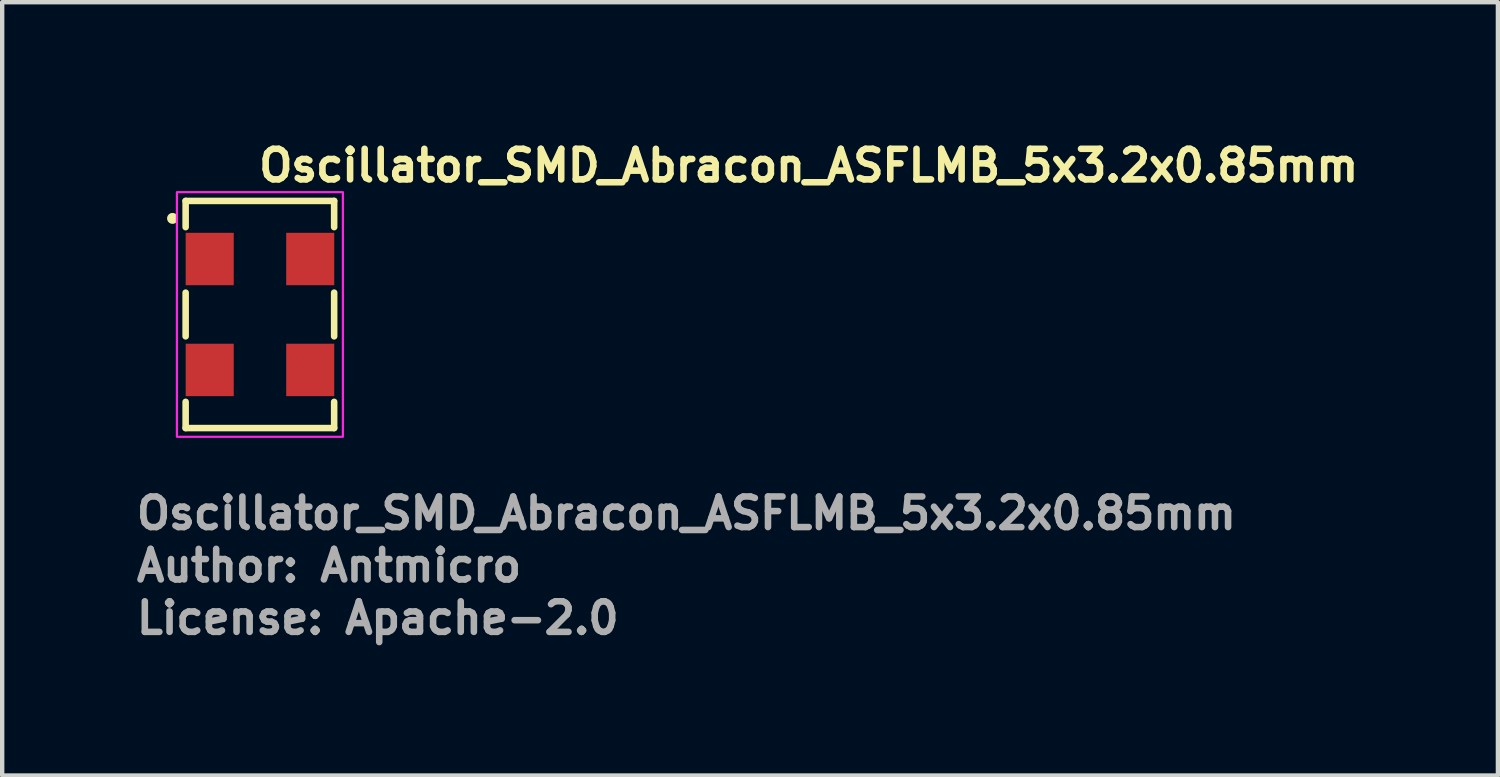
<source format=kicad_pcb>
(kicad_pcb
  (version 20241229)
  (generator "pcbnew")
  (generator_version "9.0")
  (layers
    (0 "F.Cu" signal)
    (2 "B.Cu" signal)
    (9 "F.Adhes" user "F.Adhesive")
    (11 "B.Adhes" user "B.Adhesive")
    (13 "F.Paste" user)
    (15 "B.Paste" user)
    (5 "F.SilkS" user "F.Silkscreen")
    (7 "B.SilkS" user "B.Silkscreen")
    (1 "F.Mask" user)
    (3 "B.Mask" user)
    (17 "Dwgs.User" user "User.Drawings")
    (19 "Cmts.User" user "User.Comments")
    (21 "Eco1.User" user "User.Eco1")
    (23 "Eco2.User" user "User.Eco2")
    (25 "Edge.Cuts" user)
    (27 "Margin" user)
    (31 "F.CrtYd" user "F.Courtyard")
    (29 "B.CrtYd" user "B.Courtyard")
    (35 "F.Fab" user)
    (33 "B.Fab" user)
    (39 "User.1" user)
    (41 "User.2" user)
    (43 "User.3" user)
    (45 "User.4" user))
  (footprint "Oscillator_SMD_Abracon_ASFLMB_5x3.2x0.85mm"
    (layer "F.Cu")
    (at 2.8 4.05)
    (property "Reference" "Oscillator_SMD_Abracon_ASFLMB_5x3.2x0.85mm" (at 0 -2.9 0) (layer "F.SilkS") (effects (font (size 0.7 0.7) (thickness 0.15)) (justify left bottom)))
    (attr smd)
    (fp_line (start -1.6 -2.5) (end -1.6 -1.9) (stroke (width 0.15) (type solid)) (layer "F.SilkS"))
    (fp_line (start -1.6 -0.4) (end -1.6 0.6) (stroke (width 0.15) (type solid)) (layer "F.SilkS"))
    (fp_line (start -1.6 2.1) (end -1.6 2.7) (stroke (width 0.15) (type solid)) (layer "F.SilkS"))
    (fp_line (start -1.6 2.7) (end 1.8 2.7) (stroke (width 0.15) (type solid)) (layer "F.SilkS"))
    (fp_line (start 1.8 -2.5) (end -1.6 -2.5) (stroke (width 0.15) (type solid)) (layer "F.SilkS"))
    (fp_line (start 1.8 -1.9) (end 1.8 -2.5) (stroke (width 0.15) (type solid)) (layer "F.SilkS"))
    (fp_line (start 1.8 0.6) (end 1.8 -0.4) (stroke (width 0.15) (type solid)) (layer "F.SilkS"))
    (fp_line (start 1.8 2.7) (end 1.8 2.1) (stroke (width 0.15) (type solid)) (layer "F.SilkS"))
    (fp_circle (center -1.9 -2.1) (end -1.9 -2.05) (stroke (width 0.15) (type solid)) (fill yes) (layer "F.SilkS"))
    (fp_rect (start 2 -2.7) (end -1.8 2.9) (stroke (width 0.05) (type solid)) (fill no) (layer "F.CrtYd"))
    (fp_rect (start 1.701 -2.4) (end -1.499 2.599) (stroke (width 0.1) (type solid)) (fill no) (layer "User.5"))
    (fp_line (start -1.499 -2.4) (end 1.701 -2.4) (stroke (width 0.02) (type solid)) (layer "User.9"))
    (fp_line (start -1.499 2.599) (end -1.499 -2.4) (stroke (width 0.02) (type solid)) (layer "User.9"))
    (fp_line (start -1.499 2.599) (end 1.701 2.599) (stroke (width 0.02) (type solid)) (layer "User.9"))
    (fp_line (start -0.309 -0.861) (end -0.308 -0.871) (stroke (width 0.02) (type solid)) (layer "User.9"))
    (fp_line (start -0.309 -0.85) (end -0.309 -0.861) (stroke (width 0.02) (type solid)) (layer "User.9"))
    (fp_line (start -0.309 -0.839) (end -0.309 -0.85) (stroke (width 0.02) (type solid)) (layer "User.9"))
    (fp_line (start -0.308 -0.871) (end -0.307 -0.881) (stroke (width 0.02) (type solid)) (layer "User.9"))
    (fp_line (start -0.308 -0.828) (end -0.309 -0.839) (stroke (width 0.02) (type solid)) (layer "User.9"))
    (fp_line (start -0.307 -0.881) (end -0.306 -0.89) (stroke (width 0.02) (type solid)) (layer "User.9"))
    (fp_line (start -0.307 -0.818) (end -0.308 -0.828) (stroke (width 0.02) (type solid)) (layer "User.9"))
    (fp_line (start -0.306 -0.89) (end -0.304 -0.9) (stroke (width 0.02) (type solid)) (layer "User.9"))
    (fp_line (start -0.306 -0.808) (end -0.307 -0.818) (stroke (width 0.02) (type solid)) (layer "User.9"))
    (fp_line (start -0.304 -0.9) (end -0.302 -0.909) (stroke (width 0.02) (type solid)) (layer "User.9"))
    (fp_line (start -0.304 -0.797) (end -0.306 -0.808) (stroke (width 0.02) (type solid)) (layer "User.9"))
    (fp_line (start -0.302 -0.909) (end -0.299 -0.919) (stroke (width 0.02) (type solid)) (layer "User.9"))
    (fp_line (start -0.301 -0.786) (end -0.304 -0.797) (stroke (width 0.02) (type solid)) (layer "User.9"))
    (fp_line (start -0.299 -0.919) (end -0.296 -0.929) (stroke (width 0.02) (type solid)) (layer "User.9"))
    (fp_line (start -0.298 -0.775) (end -0.301 -0.786) (stroke (width 0.02) (type solid)) (layer "User.9"))
    (fp_line (start -0.296 -0.929) (end -0.293 -0.937) (stroke (width 0.02) (type solid)) (layer "User.9"))
    (fp_line (start -0.294 -0.765) (end -0.298 -0.775) (stroke (width 0.02) (type solid)) (layer "User.9"))
    (fp_line (start -0.293 -0.937) (end -0.289 -0.946) (stroke (width 0.02) (type solid)) (layer "User.9"))
    (fp_line (start -0.29 -0.755) (end -0.294 -0.765) (stroke (width 0.02) (type solid)) (layer "User.9"))
    (fp_line (start -0.289 -1.905) (end 0.506 -1.529) (stroke (width 0.02) (type solid)) (layer "User.9"))
    (fp_line (start -0.289 -1.829) (end -0.289 -1.905) (stroke (width 0.02) (type solid)) (layer "User.9"))
    (fp_line (start -0.289 -1.23) (end -0.033 -1.347) (stroke (width 0.02) (type solid)) (layer "User.9"))
    (fp_line (start -0.289 -1.152) (end -0.289 -1.23) (stroke (width 0.02) (type solid)) (layer "User.9"))
    (fp_line (start -0.289 -0.946) (end -0.285 -0.956) (stroke (width 0.02) (type solid)) (layer "User.9"))
    (fp_line (start -0.289 -0.461) (end 0.506 -0.461) (stroke (width 0.02) (type solid)) (layer "User.9"))
    (fp_line (start -0.289 -0.389) (end -0.289 -0.461) (stroke (width 0.02) (type solid)) (layer "User.9"))
    (fp_line (start -0.289 0.069) (end 0.506 0.069) (stroke (width 0.02) (type solid)) (layer "User.9"))
    (fp_line (start -0.289 0.444) (end -0.289 0.069) (stroke (width 0.02) (type solid)) (layer "User.9"))
    (fp_line (start -0.289 0.537) (end 0.506 0.642) (stroke (width 0.02) (type solid)) (layer "User.9"))
    (fp_line (start -0.289 0.609) (end -0.289 0.537) (stroke (width 0.02) (type solid)) (layer "User.9"))
    (fp_line (start -0.289 0.971) (end 0.284 0.684) (stroke (width 0.02) (type solid)) (layer "User.9"))
    (fp_line (start -0.289 0.987) (end -0.289 0.971) (stroke (width 0.02) (type solid)) (layer "User.9"))
    (fp_line (start -0.289 1.35) (end 0.284 1.274) (stroke (width 0.02) (type solid)) (layer "User.9"))
    (fp_line (start -0.289 1.422) (end -0.289 1.35) (stroke (width 0.02) (type solid)) (layer "User.9"))
    (fp_line (start -0.289 1.584) (end 0.506 1.584) (stroke (width 0.02) (type solid)) (layer "User.9"))
    (fp_line (start -0.289 1.8) (end -0.289 1.584) (stroke (width 0.02) (type solid)) (layer "User.9"))
    (fp_line (start -0.288 1.812) (end -0.289 1.8) (stroke (width 0.02) (type solid)) (layer "User.9"))
    (fp_line (start -0.288 1.825) (end -0.288 1.812) (stroke (width 0.02) (type solid)) (layer "User.9"))
    (fp_line (start -0.287 1.837) (end -0.288 1.825) (stroke (width 0.02) (type solid)) (layer "User.9"))
    (fp_line (start -0.285 -0.956) (end -0.279 -0.963) (stroke (width 0.02) (type solid)) (layer "User.9"))
    (fp_line (start -0.285 -0.746) (end -0.29 -0.755) (stroke (width 0.02) (type solid)) (layer "User.9"))
    (fp_line (start -0.285 1.849) (end -0.287 1.837) (stroke (width 0.02) (type solid)) (layer "User.9"))
    (fp_line (start -0.283 1.861) (end -0.285 1.849) (stroke (width 0.02) (type solid)) (layer "User.9"))
    (fp_line (start -0.281 1.874) (end -0.283 1.861) (stroke (width 0.02) (type solid)) (layer "User.9"))
    (fp_line (start -0.279 -0.963) (end -0.274 -0.972) (stroke (width 0.02) (type solid)) (layer "User.9"))
    (fp_line (start -0.279 -0.737) (end -0.285 -0.746) (stroke (width 0.02) (type solid)) (layer "User.9"))
    (fp_line (start -0.276 1.886) (end -0.281 1.874) (stroke (width 0.02) (type solid)) (layer "User.9"))
    (fp_line (start -0.274 -0.972) (end -0.269 -0.981) (stroke (width 0.02) (type solid)) (layer "User.9"))
    (fp_line (start -0.273 -0.727) (end -0.279 -0.737) (stroke (width 0.02) (type solid)) (layer "User.9"))
    (fp_line (start -0.273 1.898) (end -0.276 1.886) (stroke (width 0.02) (type solid)) (layer "User.9"))
    (fp_line (start -0.269 -0.981) (end -0.263 -0.989) (stroke (width 0.02) (type solid)) (layer "User.9"))
    (fp_line (start -0.269 1.91) (end -0.273 1.898) (stroke (width 0.02) (type solid)) (layer "User.9"))
    (fp_line (start -0.267 -0.717) (end -0.273 -0.727) (stroke (width 0.02) (type solid)) (layer "User.9"))
    (fp_line (start -0.264 1.922) (end -0.269 1.91) (stroke (width 0.02) (type solid)) (layer "User.9"))
    (fp_line (start -0.263 -0.989) (end -0.257 -0.997) (stroke (width 0.02) (type solid)) (layer "User.9"))
    (fp_line (start -0.261 -0.709) (end -0.267 -0.717) (stroke (width 0.02) (type solid)) (layer "User.9"))
    (fp_line (start -0.258 1.933) (end -0.264 1.922) (stroke (width 0.02) (type solid)) (layer "User.9"))
    (fp_line (start -0.257 -0.997) (end -0.257 -0.997) (stroke (width 0.02) (type solid)) (layer "User.9"))
    (fp_line (start -0.257 -0.997) (end -0.251 -1.004) (stroke (width 0.02) (type solid)) (layer "User.9"))
    (fp_line (start -0.254 -0.7) (end -0.261 -0.709) (stroke (width 0.02) (type solid)) (layer "User.9"))
    (fp_line (start -0.252 1.943) (end -0.258 1.933) (stroke (width 0.02) (type solid)) (layer "User.9"))
    (fp_line (start -0.251 -1.004) (end -0.244 -1.012) (stroke (width 0.02) (type solid)) (layer "User.9"))
    (fp_line (start -0.247 -0.692) (end -0.254 -0.7) (stroke (width 0.02) (type solid)) (layer "User.9"))
    (fp_line (start -0.246 1.954) (end -0.252 1.943) (stroke (width 0.02) (type solid)) (layer "User.9"))
    (fp_line (start -0.244 -1.012) (end -0.237 -1.019) (stroke (width 0.02) (type solid)) (layer "User.9"))
    (fp_line (start -0.239 -0.685) (end -0.247 -0.692) (stroke (width 0.02) (type solid)) (layer "User.9"))
    (fp_line (start -0.239 1.965) (end -0.246 1.954) (stroke (width 0.02) (type solid)) (layer "User.9"))
    (fp_line (start -0.237 -1.019) (end -0.23 -1.026) (stroke (width 0.02) (type solid)) (layer "User.9"))
    (fp_line (start -0.231 -0.678) (end -0.239 -0.685) (stroke (width 0.02) (type solid)) (layer "User.9"))
    (fp_line (start -0.231 1.974) (end -0.239 1.965) (stroke (width 0.02) (type solid)) (layer "User.9"))
    (fp_line (start -0.23 -1.026) (end -0.223 -1.031) (stroke (width 0.02) (type solid)) (layer "User.9"))
    (fp_line (start -0.226 -0.866) (end -0.226 -0.858) (stroke (width 0.02) (type solid)) (layer "User.9"))
    (fp_line (start -0.226 -0.858) (end -0.226 -0.85) (stroke (width 0.02) (type solid)) (layer "User.9"))
    (fp_line (start -0.226 -0.85) (end -0.226 -0.842) (stroke (width 0.02) (type solid)) (layer "User.9"))
    (fp_line (start -0.226 -0.842) (end -0.226 -0.834) (stroke (width 0.02) (type solid)) (layer "User.9"))
    (fp_line (start -0.226 -0.834) (end -0.225 -0.827) (stroke (width 0.02) (type solid)) (layer "User.9"))
    (fp_line (start -0.225 -0.873) (end -0.226 -0.866) (stroke (width 0.02) (type solid)) (layer "User.9"))
    (fp_line (start -0.225 -0.827) (end -0.224 -0.819) (stroke (width 0.02) (type solid)) (layer "User.9"))
    (fp_line (start -0.224 -0.819) (end -0.223 -0.813) (stroke (width 0.02) (type solid)) (layer "User.9"))
    (fp_line (start -0.223 -1.031) (end -0.216 -1.038) (stroke (width 0.02) (type solid)) (layer "User.9"))
    (fp_line (start -0.223 -0.88) (end -0.225 -0.873) (stroke (width 0.02) (type solid)) (layer "User.9"))
    (fp_line (start -0.223 -0.813) (end -0.221 -0.805) (stroke (width 0.02) (type solid)) (layer "User.9"))
    (fp_line (start -0.223 -0.671) (end -0.231 -0.678) (stroke (width 0.02) (type solid)) (layer "User.9"))
    (fp_line (start -0.222 -0.886) (end -0.223 -0.88) (stroke (width 0.02) (type solid)) (layer "User.9"))
    (fp_line (start -0.222 1.983) (end -0.231 1.974) (stroke (width 0.02) (type solid)) (layer "User.9"))
    (fp_line (start -0.222 1.983) (end -0.222 1.983) (stroke (width 0.02) (type solid)) (layer "User.9"))
    (fp_line (start -0.221 -0.805) (end -0.219 -0.798) (stroke (width 0.02) (type solid)) (layer "User.9"))
    (fp_line (start -0.22 -0.893) (end -0.222 -0.886) (stroke (width 0.02) (type solid)) (layer "User.9"))
    (fp_line (start -0.219 -0.798) (end -0.216 -0.791) (stroke (width 0.02) (type solid)) (layer "User.9"))
    (fp_line (start -0.218 -0.899) (end -0.22 -0.893) (stroke (width 0.02) (type solid)) (layer "User.9"))
    (fp_line (start -0.216 -1.038) (end -0.209 -1.045) (stroke (width 0.02) (type solid)) (layer "User.9"))
    (fp_line (start -0.216 -0.906) (end -0.218 -0.899) (stroke (width 0.02) (type solid)) (layer "User.9"))
    (fp_line (start -0.216 -0.791) (end -0.215 -0.783) (stroke (width 0.02) (type solid)) (layer "User.9"))
    (fp_line (start -0.215 -0.783) (end -0.212 -0.776) (stroke (width 0.02) (type solid)) (layer "User.9"))
    (fp_line (start -0.215 -0.664) (end -0.223 -0.671) (stroke (width 0.02) (type solid)) (layer "User.9"))
    (fp_line (start -0.215 1.991) (end -0.222 1.983) (stroke (width 0.02) (type solid)) (layer "User.9"))
    (fp_line (start -0.213 -0.912) (end -0.216 -0.906) (stroke (width 0.02) (type solid)) (layer "User.9"))
    (fp_line (start -0.212 -0.776) (end -0.208 -0.77) (stroke (width 0.02) (type solid)) (layer "User.9"))
    (fp_line (start -0.21 -0.92) (end -0.213 -0.912) (stroke (width 0.02) (type solid)) (layer "User.9"))
    (fp_line (start -0.209 -1.045) (end -0.201 -1.051) (stroke (width 0.02) (type solid)) (layer "User.9"))
    (fp_line (start -0.208 -0.77) (end -0.205 -0.763) (stroke (width 0.02) (type solid)) (layer "User.9"))
    (fp_line (start -0.207 0.14) (end -0.207 0.444) (stroke (width 0.02) (type solid)) (layer "User.9"))
    (fp_line (start -0.207 0.444) (end -0.289 0.444) (stroke (width 0.02) (type solid)) (layer "User.9"))
    (fp_line (start -0.207 1.656) (end -0.207 1.757) (stroke (width 0.02) (type solid)) (layer "User.9"))
    (fp_line (start -0.207 1.757) (end -0.206 1.797) (stroke (width 0.02) (type solid)) (layer "User.9"))
    (fp_line (start -0.207 1.999) (end -0.215 1.991) (stroke (width 0.02) (type solid)) (layer "User.9"))
    (fp_line (start -0.206 -0.926) (end -0.21 -0.92) (stroke (width 0.02) (type solid)) (layer "User.9"))
    (fp_line (start -0.206 -0.657) (end -0.215 -0.664) (stroke (width 0.02) (type solid)) (layer "User.9"))
    (fp_line (start -0.206 1.797) (end -0.205 1.816) (stroke (width 0.02) (type solid)) (layer "User.9"))
    (fp_line (start -0.205 -0.763) (end -0.201 -0.756) (stroke (width 0.02) (type solid)) (layer "User.9"))
    (fp_line (start -0.205 1.816) (end -0.204 1.825) (stroke (width 0.02) (type solid)) (layer "User.9"))
    (fp_line (start -0.204 1.825) (end -0.203 1.834) (stroke (width 0.02) (type solid)) (layer "User.9"))
    (fp_line (start -0.203 -0.931) (end -0.206 -0.926) (stroke (width 0.02) (type solid)) (layer "User.9"))
    (fp_line (start -0.203 1.834) (end -0.202 1.845) (stroke (width 0.02) (type solid)) (layer "User.9"))
    (fp_line (start -0.202 1.845) (end -0.2 1.854) (stroke (width 0.02) (type solid)) (layer "User.9"))
    (fp_line (start -0.201 -1.051) (end -0.194 -1.056) (stroke (width 0.02) (type solid)) (layer "User.9"))
    (fp_line (start -0.201 -0.756) (end -0.197 -0.751) (stroke (width 0.02) (type solid)) (layer "User.9"))
    (fp_line (start -0.2 1.854) (end -0.198 1.864) (stroke (width 0.02) (type solid)) (layer "User.9"))
    (fp_line (start -0.198 1.864) (end -0.196 1.873) (stroke (width 0.02) (type solid)) (layer "User.9"))
    (fp_line (start -0.198 2.006) (end -0.207 1.999) (stroke (width 0.02) (type solid)) (layer "User.9"))
    (fp_line (start -0.197 -0.751) (end -0.192 -0.745) (stroke (width 0.02) (type solid)) (layer "User.9"))
    (fp_line (start -0.197 -0.651) (end -0.206 -0.657) (stroke (width 0.02) (type solid)) (layer "User.9"))
    (fp_line (start -0.196 1.873) (end -0.193 1.882) (stroke (width 0.02) (type solid)) (layer "User.9"))
    (fp_line (start -0.195 -0.943) (end -0.203 -0.931) (stroke (width 0.02) (type solid)) (layer "User.9"))
    (fp_line (start -0.194 -1.056) (end -0.186 -1.062) (stroke (width 0.02) (type solid)) (layer "User.9"))
    (fp_line (start -0.193 1.882) (end -0.19 1.892) (stroke (width 0.02) (type solid)) (layer "User.9"))
    (fp_line (start -0.192 -0.745) (end -0.187 -0.739) (stroke (width 0.02) (type solid)) (layer "User.9"))
    (fp_line (start -0.19 1.892) (end -0.186 1.901) (stroke (width 0.02) (type solid)) (layer "User.9"))
    (fp_line (start -0.189 2.014) (end -0.198 2.006) (stroke (width 0.02) (type solid)) (layer "User.9"))
    (fp_line (start -0.188 -0.646) (end -0.197 -0.651) (stroke (width 0.02) (type solid)) (layer "User.9"))
    (fp_line (start -0.187 -0.739) (end -0.187 -0.739) (stroke (width 0.02) (type solid)) (layer "User.9"))
    (fp_line (start -0.187 -0.739) (end -0.182 -0.734) (stroke (width 0.02) (type solid)) (layer "User.9"))
    (fp_line (start -0.186 -1.062) (end -0.178 -1.067) (stroke (width 0.02) (type solid)) (layer "User.9"))
    (fp_line (start -0.186 -0.955) (end -0.195 -0.943) (stroke (width 0.02) (type solid)) (layer "User.9"))
    (fp_line (start -0.186 1.901) (end -0.181 1.909) (stroke (width 0.02) (type solid)) (layer "User.9"))
    (fp_line (start -0.182 -0.734) (end -0.177 -0.729) (stroke (width 0.02) (type solid)) (layer "User.9"))
    (fp_line (start -0.181 1.909) (end -0.181 1.909) (stroke (width 0.02) (type solid)) (layer "User.9"))
    (fp_line (start -0.181 1.909) (end -0.177 1.917) (stroke (width 0.02) (type solid)) (layer "User.9"))
    (fp_line (start -0.18 2.019) (end -0.189 2.014) (stroke (width 0.02) (type solid)) (layer "User.9"))
    (fp_line (start -0.178 -1.067) (end -0.17 -1.072) (stroke (width 0.02) (type solid)) (layer "User.9"))
    (fp_line (start -0.178 -0.641) (end -0.188 -0.646) (stroke (width 0.02) (type solid)) (layer "User.9"))
    (fp_line (start -0.177 -0.729) (end -0.172 -0.724) (stroke (width 0.02) (type solid)) (layer "User.9"))
    (fp_line (start -0.177 1.917) (end -0.172 1.925) (stroke (width 0.02) (type solid)) (layer "User.9"))
    (fp_line (start -0.176 -0.964) (end -0.186 -0.955) (stroke (width 0.02) (type solid)) (layer "User.9"))
    (fp_line (start -0.172 -0.724) (end -0.167 -0.719) (stroke (width 0.02) (type solid)) (layer "User.9"))
    (fp_line (start -0.172 1.925) (end -0.166 1.931) (stroke (width 0.02) (type solid)) (layer "User.9"))
    (fp_line (start -0.171 2.026) (end -0.18 2.019) (stroke (width 0.02) (type solid)) (layer "User.9"))
    (fp_line (start -0.17 -1.072) (end -0.161 -1.078) (stroke (width 0.02) (type solid)) (layer "User.9"))
    (fp_line (start -0.168 -0.637) (end -0.178 -0.641) (stroke (width 0.02) (type solid)) (layer "User.9"))
    (fp_line (start -0.167 -0.719) (end -0.162 -0.715) (stroke (width 0.02) (type solid)) (layer "User.9"))
    (fp_line (start -0.166 1.931) (end -0.16 1.938) (stroke (width 0.02) (type solid)) (layer "User.9"))
    (fp_line (start -0.165 -0.974) (end -0.176 -0.964) (stroke (width 0.02) (type solid)) (layer "User.9"))
    (fp_line (start -0.162 -0.715) (end -0.156 -0.712) (stroke (width 0.02) (type solid)) (layer "User.9"))
    (fp_line (start -0.161 -1.078) (end -0.153 -1.083) (stroke (width 0.02) (type solid)) (layer "User.9"))
    (fp_line (start -0.161 2.031) (end -0.171 2.026) (stroke (width 0.02) (type solid)) (layer "User.9"))
    (fp_line (start -0.16 1.938) (end -0.153 1.945) (stroke (width 0.02) (type solid)) (layer "User.9"))
    (fp_line (start -0.158 -0.633) (end -0.168 -0.637) (stroke (width 0.02) (type solid)) (layer "User.9"))
    (fp_line (start -0.156 -0.712) (end -0.15 -0.709) (stroke (width 0.02) (type solid)) (layer "User.9"))
    (fp_line (start -0.154 -0.985) (end -0.165 -0.974) (stroke (width 0.02) (type solid)) (layer "User.9"))
    (fp_line (start -0.153 -1.083) (end -0.143 -1.087) (stroke (width 0.02) (type solid)) (layer "User.9"))
    (fp_line (start -0.153 1.945) (end -0.146 1.95) (stroke (width 0.02) (type solid)) (layer "User.9"))
    (fp_line (start -0.15 -0.709) (end -0.144 -0.706) (stroke (width 0.02) (type solid)) (layer "User.9"))
    (fp_line (start -0.149 2.035) (end -0.161 2.031) (stroke (width 0.02) (type solid)) (layer "User.9"))
    (fp_line (start -0.147 -0.63) (end -0.158 -0.633) (stroke (width 0.02) (type solid)) (layer "User.9"))
    (fp_line (start -0.146 1.95) (end -0.138 1.955) (stroke (width 0.02) (type solid)) (layer "User.9"))
    (fp_line (start -0.145 0.979) (end 0.506 1.306) (stroke (width 0.02) (type solid)) (layer "User.9"))
    (fp_line (start -0.144 -0.706) (end -0.138 -0.703) (stroke (width 0.02) (type solid)) (layer "User.9"))
    (fp_line (start -0.143 -1.087) (end -0.134 -1.092) (stroke (width 0.02) (type solid)) (layer "User.9"))
    (fp_line (start -0.142 -0.994) (end -0.154 -0.985) (stroke (width 0.02) (type solid)) (layer "User.9"))
    (fp_line (start -0.139 2.039) (end -0.149 2.035) (stroke (width 0.02) (type solid)) (layer "User.9"))
    (fp_line (start -0.138 -0.703) (end -0.132 -0.701) (stroke (width 0.02) (type solid)) (layer "User.9"))
    (fp_line (start -0.138 1.955) (end -0.131 1.962) (stroke (width 0.02) (type solid)) (layer "User.9"))
    (fp_line (start -0.137 -0.627) (end -0.147 -0.63) (stroke (width 0.02) (type solid)) (layer "User.9"))
    (fp_line (start -0.134 -1.092) (end -0.094 -1.025) (stroke (width 0.02) (type solid)) (layer "User.9"))
    (fp_line (start -0.132 -0.701) (end -0.125 -0.699) (stroke (width 0.02) (type solid)) (layer "User.9"))
    (fp_line (start -0.131 1.962) (end -0.127 1.963) (stroke (width 0.02) (type solid)) (layer "User.9"))
    (fp_line (start -0.13 -1.002) (end -0.142 -0.994) (stroke (width 0.02) (type solid)) (layer "User.9"))
    (fp_line (start -0.129 2.043) (end -0.139 2.039) (stroke (width 0.02) (type solid)) (layer "User.9"))
    (fp_line (start -0.127 1.963) (end -0.123 1.966) (stroke (width 0.02) (type solid)) (layer "User.9"))
    (fp_line (start -0.126 -0.625) (end -0.137 -0.627) (stroke (width 0.02) (type solid)) (layer "User.9"))
    (fp_line (start -0.125 -0.699) (end -0.119 -0.698) (stroke (width 0.02) (type solid)) (layer "User.9"))
    (fp_line (start -0.123 1.966) (end -0.119 1.967) (stroke (width 0.02) (type solid)) (layer "User.9"))
    (fp_line (start -0.119 -0.698) (end -0.112 -0.696) (stroke (width 0.02) (type solid)) (layer "User.9"))
    (fp_line (start -0.119 1.967) (end -0.115 1.97) (stroke (width 0.02) (type solid)) (layer "User.9"))
    (fp_line (start -0.118 -1.01) (end -0.13 -1.002) (stroke (width 0.02) (type solid)) (layer "User.9"))
    (fp_line (start -0.118 2.047) (end -0.129 2.043) (stroke (width 0.02) (type solid)) (layer "User.9"))
    (fp_line (start -0.115 -0.624) (end -0.126 -0.625) (stroke (width 0.02) (type solid)) (layer "User.9"))
    (fp_line (start -0.115 1.97) (end -0.111 1.971) (stroke (width 0.02) (type solid)) (layer "User.9"))
    (fp_line (start -0.112 -0.696) (end -0.106 -0.695) (stroke (width 0.02) (type solid)) (layer "User.9"))
    (fp_line (start -0.111 1.971) (end -0.107 1.974) (stroke (width 0.02) (type solid)) (layer "User.9"))
    (fp_line (start -0.107 1.974) (end -0.102 1.974) (stroke (width 0.02) (type solid)) (layer "User.9"))
    (fp_line (start -0.107 2.048) (end -0.118 2.047) (stroke (width 0.02) (type solid)) (layer "User.9"))
    (fp_line (start -0.106 -1.018) (end -0.118 -1.01) (stroke (width 0.02) (type solid)) (layer "User.9"))
    (fp_line (start -0.106 -0.695) (end -0.099 -0.695) (stroke (width 0.02) (type solid)) (layer "User.9"))
    (fp_line (start -0.104 -0.623) (end -0.115 -0.624) (stroke (width 0.02) (type solid)) (layer "User.9"))
    (fp_line (start -0.102 1.974) (end -0.098 1.977) (stroke (width 0.02) (type solid)) (layer "User.9"))
    (fp_line (start -0.099 -0.695) (end -0.092 -0.694) (stroke (width 0.02) (type solid)) (layer "User.9"))
    (fp_line (start -0.098 1.977) (end -0.094 1.978) (stroke (width 0.02) (type solid)) (layer "User.9"))
    (fp_line (start -0.096 2.051) (end -0.107 2.048) (stroke (width 0.02) (type solid)) (layer "User.9"))
    (fp_line (start -0.094 -1.025) (end -0.106 -1.018) (stroke (width 0.02) (type solid)) (layer "User.9"))
    (fp_line (start -0.094 1.978) (end -0.089 1.978) (stroke (width 0.02) (type solid)) (layer "User.9"))
    (fp_line (start -0.093 -0.623) (end -0.104 -0.623) (stroke (width 0.02) (type solid)) (layer "User.9"))
    (fp_line (start -0.092 -0.694) (end -0.088 -0.695) (stroke (width 0.02) (type solid)) (layer "User.9"))
    (fp_line (start -0.089 1.978) (end -0.086 1.979) (stroke (width 0.02) (type solid)) (layer "User.9"))
    (fp_line (start -0.088 -0.695) (end -0.082 -0.695) (stroke (width 0.02) (type solid)) (layer "User.9"))
    (fp_line (start -0.086 1.979) (end -0.081 1.981) (stroke (width 0.02) (type solid)) (layer "User.9"))
    (fp_line (start -0.086 2.051) (end -0.096 2.051) (stroke (width 0.02) (type solid)) (layer "User.9"))
    (fp_line (start -0.084 -0.623) (end -0.093 -0.623) (stroke (width 0.02) (type solid)) (layer "User.9"))
    (fp_line (start -0.082 -0.695) (end -0.077 -0.696) (stroke (width 0.02) (type solid)) (layer "User.9"))
    (fp_line (start -0.081 1.981) (end -0.077 1.981) (stroke (width 0.02) (type solid)) (layer "User.9"))
    (fp_line (start -0.077 -0.696) (end -0.072 -0.697) (stroke (width 0.02) (type solid)) (layer "User.9"))
    (fp_line (start -0.077 1.981) (end -0.072 1.982) (stroke (width 0.02) (type solid)) (layer "User.9"))
    (fp_line (start -0.074 2.052) (end -0.086 2.051) (stroke (width 0.02) (type solid)) (layer "User.9"))
    (fp_line (start -0.073 -0.624) (end -0.084 -0.623) (stroke (width 0.02) (type solid)) (layer "User.9"))
    (fp_line (start -0.072 -0.697) (end -0.067 -0.698) (stroke (width 0.02) (type solid)) (layer "User.9"))
    (fp_line (start -0.072 1.982) (end -0.068 1.982) (stroke (width 0.02) (type solid)) (layer "User.9"))
    (fp_line (start -0.068 1.982) (end -0.063 1.982) (stroke (width 0.02) (type solid)) (layer "User.9"))
    (fp_line (start -0.067 -0.698) (end -0.062 -0.699) (stroke (width 0.02) (type solid)) (layer "User.9"))
    (fp_line (start -0.063 -0.626) (end -0.073 -0.624) (stroke (width 0.02) (type solid)) (layer "User.9"))
    (fp_line (start -0.063 1.982) (end -0.056 1.982) (stroke (width 0.02) (type solid)) (layer "User.9"))
    (fp_line (start -0.063 2.052) (end -0.074 2.052) (stroke (width 0.02) (type solid)) (layer "User.9"))
    (fp_line (start -0.062 -0.699) (end -0.057 -0.701) (stroke (width 0.02) (type solid)) (layer "User.9"))
    (fp_line (start -0.057 -0.701) (end -0.052 -0.702) (stroke (width 0.02) (type solid)) (layer "User.9"))
    (fp_line (start -0.056 1.982) (end -0.05 1.982) (stroke (width 0.02) (type solid)) (layer "User.9"))
    (fp_line (start -0.055 2.052) (end -0.063 2.052) (stroke (width 0.02) (type solid)) (layer "User.9"))
    (fp_line (start -0.052 -0.702) (end -0.047 -0.704) (stroke (width 0.02) (type solid)) (layer "User.9"))
    (fp_line (start -0.052 -0.628) (end -0.063 -0.626) (stroke (width 0.02) (type solid)) (layer "User.9"))
    (fp_line (start -0.05 1.982) (end -0.043 1.981) (stroke (width 0.02) (type solid)) (layer "User.9"))
    (fp_line (start -0.047 -0.704) (end -0.041 -0.706) (stroke (width 0.02) (type solid)) (layer "User.9"))
    (fp_line (start -0.047 2.052) (end -0.055 2.052) (stroke (width 0.02) (type solid)) (layer "User.9"))
    (fp_line (start -0.043 1.981) (end -0.037 1.979) (stroke (width 0.02) (type solid)) (layer "User.9"))
    (fp_line (start -0.041 -0.706) (end -0.037 -0.708) (stroke (width 0.02) (type solid)) (layer "User.9"))
    (fp_line (start -0.041 -0.631) (end -0.052 -0.628) (stroke (width 0.02) (type solid)) (layer "User.9"))
    (fp_line (start -0.037 -0.708) (end -0.033 -0.711) (stroke (width 0.02) (type solid)) (layer "User.9"))
    (fp_line (start -0.037 1.979) (end -0.029 1.978) (stroke (width 0.02) (type solid)) (layer "User.9"))
    (fp_line (start -0.037 2.051) (end -0.047 2.052) (stroke (width 0.02) (type solid)) (layer "User.9"))
    (fp_line (start -0.033 -1.708) (end -0.289 -1.829) (stroke (width 0.02) (type solid)) (layer "User.9"))
    (fp_line (start -0.033 -1.347) (end -0.033 -1.708) (stroke (width 0.02) (type solid)) (layer "User.9"))
    (fp_line (start -0.033 -0.711) (end -0.027 -0.714) (stroke (width 0.02) (type solid)) (layer "User.9"))
    (fp_line (start -0.031 -0.634) (end -0.041 -0.631) (stroke (width 0.02) (type solid)) (layer "User.9"))
    (fp_line (start -0.029 1.978) (end -0.024 1.977) (stroke (width 0.02) (type solid)) (layer "User.9"))
    (fp_line (start -0.029 2.051) (end -0.037 2.051) (stroke (width 0.02) (type solid)) (layer "User.9"))
    (fp_line (start -0.027 -0.714) (end -0.024 -0.716) (stroke (width 0.02) (type solid)) (layer "User.9"))
    (fp_line (start -0.024 -0.716) (end -0.018 -0.72) (stroke (width 0.02) (type solid)) (layer "User.9"))
    (fp_line (start -0.024 1.977) (end -0.018 1.974) (stroke (width 0.02) (type solid)) (layer "User.9"))
    (fp_line (start -0.022 -0.637) (end -0.031 -0.634) (stroke (width 0.02) (type solid)) (layer "User.9"))
    (fp_line (start -0.022 2.05) (end -0.029 2.051) (stroke (width 0.02) (type solid)) (layer "User.9"))
    (fp_line (start -0.018 -0.72) (end -0.014 -0.724) (stroke (width 0.02) (type solid)) (layer "User.9"))
    (fp_line (start -0.018 1.974) (end -0.012 1.971) (stroke (width 0.02) (type solid)) (layer "User.9"))
    (fp_line (start -0.014 -0.724) (end -0.006 -0.731) (stroke (width 0.02) (type solid)) (layer "User.9"))
    (fp_line (start -0.014 2.047) (end -0.022 2.05) (stroke (width 0.02) (type solid)) (layer "User.9"))
    (fp_line (start -0.012 -0.641) (end -0.022 -0.637) (stroke (width 0.02) (type solid)) (layer "User.9"))
    (fp_line (start -0.012 1.971) (end -0.006 1.969) (stroke (width 0.02) (type solid)) (layer "User.9"))
    (fp_line (start -0.006 -0.731) (end 0.004 -0.739) (stroke (width 0.02) (type solid)) (layer "User.9"))
    (fp_line (start -0.006 1.969) (end 0 1.966) (stroke (width 0.02) (type solid)) (layer "User.9"))
    (fp_line (start -0.006 2.046) (end -0.014 2.047) (stroke (width 0.02) (type solid)) (layer "User.9"))
    (fp_line (start -0.002 -0.646) (end -0.012 -0.641) (stroke (width 0.02) (type solid)) (layer "User.9"))
    (fp_line (start 0 1.966) (end 0.006 1.962) (stroke (width 0.02) (type solid)) (layer "User.9"))
    (fp_line (start 0.002 2.043) (end -0.006 2.046) (stroke (width 0.02) (type solid)) (layer "User.9"))
    (fp_line (start 0.004 -0.739) (end 0.012 -0.747) (stroke (width 0.02) (type solid)) (layer "User.9"))
    (fp_line (start 0.006 -0.651) (end -0.002 -0.646) (stroke (width 0.02) (type solid)) (layer "User.9"))
    (fp_line (start 0.006 1.962) (end 0.01 1.959) (stroke (width 0.02) (type solid)) (layer "User.9"))
    (fp_line (start 0.01 1.959) (end 0.016 1.955) (stroke (width 0.02) (type solid)) (layer "User.9"))
    (fp_line (start 0.01 2.04) (end 0.002 2.043) (stroke (width 0.02) (type solid)) (layer "User.9"))
    (fp_line (start 0.012 -0.747) (end 0.022 -0.755) (stroke (width 0.02) (type solid)) (layer "User.9"))
    (fp_line (start 0.016 -0.656) (end 0.006 -0.651) (stroke (width 0.02) (type solid)) (layer "User.9"))
    (fp_line (start 0.016 1.955) (end 0.022 1.951) (stroke (width 0.02) (type solid)) (layer "User.9"))
    (fp_line (start 0.016 2.039) (end 0.01 2.04) (stroke (width 0.02) (type solid)) (layer "User.9"))
    (fp_line (start 0.022 -0.755) (end 0.03 -0.763) (stroke (width 0.02) (type solid)) (layer "User.9"))
    (fp_line (start 0.022 1.951) (end 0.026 1.947) (stroke (width 0.02) (type solid)) (layer "User.9"))
    (fp_line (start 0.024 -0.663) (end 0.016 -0.656) (stroke (width 0.02) (type solid)) (layer "User.9"))
    (fp_line (start 0.024 2.035) (end 0.016 2.039) (stroke (width 0.02) (type solid)) (layer "User.9"))
    (fp_line (start 0.026 1.947) (end 0.03 1.942) (stroke (width 0.02) (type solid)) (layer "User.9"))
    (fp_line (start 0.03 -0.763) (end 0.038 -0.772) (stroke (width 0.02) (type solid)) (layer "User.9"))
    (fp_line (start 0.03 1.942) (end 0.036 1.938) (stroke (width 0.02) (type solid)) (layer "User.9"))
    (fp_line (start 0.032 -0.669) (end 0.024 -0.663) (stroke (width 0.02) (type solid)) (layer "User.9"))
    (fp_line (start 0.032 2.031) (end 0.024 2.035) (stroke (width 0.02) (type solid)) (layer "User.9"))
    (fp_line (start 0.036 1.938) (end 0.04 1.934) (stroke (width 0.02) (type solid)) (layer "User.9"))
    (fp_line (start 0.038 -0.772) (end 0.046 -0.781) (stroke (width 0.02) (type solid)) (layer "User.9"))
    (fp_line (start 0.04 1.934) (end 0.048 1.922) (stroke (width 0.02) (type solid)) (layer "User.9"))
    (fp_line (start 0.04 2.027) (end 0.032 2.031) (stroke (width 0.02) (type solid)) (layer "User.9"))
    (fp_line (start 0.042 -0.675) (end 0.032 -0.669) (stroke (width 0.02) (type solid)) (layer "User.9"))
    (fp_line (start 0.046 -0.781) (end 0.054 -0.791) (stroke (width 0.02) (type solid)) (layer "User.9"))
    (fp_line (start 0.046 2.023) (end 0.04 2.027) (stroke (width 0.02) (type solid)) (layer "User.9"))
    (fp_line (start 0.048 -1.668) (end 0.048 -1.385) (stroke (width 0.02) (type solid)) (layer "User.9"))
    (fp_line (start 0.048 -1.385) (end 0.352 -1.525) (stroke (width 0.02) (type solid)) (layer "User.9"))
    (fp_line (start 0.048 1.922) (end 0.056 1.913) (stroke (width 0.02) (type solid)) (layer "User.9"))
    (fp_line (start 0.05 -0.681) (end 0.042 -0.675) (stroke (width 0.02) (type solid)) (layer "User.9"))
    (fp_line (start 0.054 -0.791) (end 0.062 -0.8) (stroke (width 0.02) (type solid)) (layer "User.9"))
    (fp_line (start 0.054 2.019) (end 0.046 2.023) (stroke (width 0.02) (type solid)) (layer "User.9"))
    (fp_line (start 0.056 1.913) (end 0.062 1.901) (stroke (width 0.02) (type solid)) (layer "User.9"))
    (fp_line (start 0.058 -0.688) (end 0.05 -0.681) (stroke (width 0.02) (type solid)) (layer "User.9"))
    (fp_line (start 0.058 -0.688) (end 0.058 -0.688) (stroke (width 0.02) (type solid)) (layer "User.9"))
    (fp_line (start 0.06 2.015) (end 0.054 2.019) (stroke (width 0.02) (type solid)) (layer "User.9"))
    (fp_line (start 0.06 2.015) (end 0.06 2.015) (stroke (width 0.02) (type solid)) (layer "User.9"))
    (fp_line (start 0.062 -0.8) (end 0.068 -0.809) (stroke (width 0.02) (type solid)) (layer "User.9"))
    (fp_line (start 0.062 1.901) (end 0.068 1.889) (stroke (width 0.02) (type solid)) (layer "User.9"))
    (fp_line (start 0.068 -0.809) (end 0.084 -0.827) (stroke (width 0.02) (type solid)) (layer "User.9"))
    (fp_line (start 0.068 1.889) (end 0.072 1.877) (stroke (width 0.02) (type solid)) (layer "User.9"))
    (fp_line (start 0.068 2.01) (end 0.06 2.015) (stroke (width 0.02) (type solid)) (layer "User.9"))
    (fp_line (start 0.072 -0.701) (end 0.058 -0.688) (stroke (width 0.02) (type solid)) (layer "User.9"))
    (fp_line (start 0.072 1.877) (end 0.076 1.865) (stroke (width 0.02) (type solid)) (layer "User.9"))
    (fp_line (start 0.074 2.003) (end 0.068 2.01) (stroke (width 0.02) (type solid)) (layer "User.9"))
    (fp_line (start 0.076 1.865) (end 0.08 1.852) (stroke (width 0.02) (type solid)) (layer "User.9"))
    (fp_line (start 0.08 1.852) (end 0.082 1.833) (stroke (width 0.02) (type solid)) (layer "User.9"))
    (fp_line (start 0.08 1.998) (end 0.074 2.003) (stroke (width 0.02) (type solid)) (layer "User.9"))
    (fp_line (start 0.082 1.833) (end 0.084 1.814) (stroke (width 0.02) (type solid)) (layer "User.9"))
    (fp_line (start 0.084 -0.827) (end 0.098 -0.847) (stroke (width 0.02) (type solid)) (layer "User.9"))
    (fp_line (start 0.084 1.814) (end 0.086 1.797) (stroke (width 0.02) (type solid)) (layer "User.9"))
    (fp_line (start 0.086 -0.716) (end 0.072 -0.701) (stroke (width 0.02) (type solid)) (layer "User.9"))
    (fp_line (start 0.086 1.797) (end 0.088 1.777) (stroke (width 0.02) (type solid)) (layer "User.9"))
    (fp_line (start 0.088 1.656) (end -0.207 1.656) (stroke (width 0.02) (type solid)) (layer "User.9"))
    (fp_line (start 0.088 1.704) (end 0.088 1.656) (stroke (width 0.02) (type solid)) (layer "User.9"))
    (fp_line (start 0.088 1.721) (end 0.088 1.704) (stroke (width 0.02) (type solid)) (layer "User.9"))
    (fp_line (start 0.088 1.74) (end 0.088 1.721) (stroke (width 0.02) (type solid)) (layer "User.9"))
    (fp_line (start 0.088 1.76) (end 0.088 1.74) (stroke (width 0.02) (type solid)) (layer "User.9"))
    (fp_line (start 0.088 1.777) (end 0.088 1.76) (stroke (width 0.02) (type solid)) (layer "User.9"))
    (fp_line (start 0.088 1.991) (end 0.08 1.998) (stroke (width 0.02) (type solid)) (layer "User.9"))
    (fp_line (start 0.094 1.985) (end 0.088 1.991) (stroke (width 0.02) (type solid)) (layer "User.9"))
    (fp_line (start 0.098 -0.847) (end 0.113 -0.867) (stroke (width 0.02) (type solid)) (layer "User.9"))
    (fp_line (start 0.098 -0.389) (end -0.289 -0.389) (stroke (width 0.02) (type solid)) (layer "User.9"))
    (fp_line (start 0.098 -0.074) (end 0.098 -0.389) (stroke (width 0.02) (type solid)) (layer "User.9"))
    (fp_line (start 0.098 1.978) (end 0.094 1.985) (stroke (width 0.02) (type solid)) (layer "User.9"))
    (fp_line (start 0.1 -0.732) (end 0.086 -0.716) (stroke (width 0.02) (type solid)) (layer "User.9"))
    (fp_line (start 0.105 1.971) (end 0.098 1.978) (stroke (width 0.02) (type solid)) (layer "User.9"))
    (fp_line (start 0.109 1.963) (end 0.105 1.971) (stroke (width 0.02) (type solid)) (layer "User.9"))
    (fp_line (start 0.113 -0.867) (end 0.137 -0.9) (stroke (width 0.02) (type solid)) (layer "User.9"))
    (fp_line (start 0.113 -0.747) (end 0.1 -0.732) (stroke (width 0.02) (type solid)) (layer "User.9"))
    (fp_line (start 0.115 1.957) (end 0.109 1.963) (stroke (width 0.02) (type solid)) (layer "User.9"))
    (fp_line (start 0.119 1.95) (end 0.115 1.957) (stroke (width 0.02) (type solid)) (layer "User.9"))
    (fp_line (start 0.123 1.942) (end 0.119 1.95) (stroke (width 0.02) (type solid)) (layer "User.9"))
    (fp_line (start 0.127 -0.761) (end 0.113 -0.747) (stroke (width 0.02) (type solid)) (layer "User.9"))
    (fp_line (start 0.127 1.934) (end 0.123 1.942) (stroke (width 0.02) (type solid)) (layer "User.9"))
    (fp_line (start 0.131 1.926) (end 0.127 1.934) (stroke (width 0.02) (type solid)) (layer "User.9"))
    (fp_line (start 0.135 1.918) (end 0.131 1.926) (stroke (width 0.02) (type solid)) (layer "User.9"))
    (fp_line (start 0.137 -0.9) (end 0.149 -0.918) (stroke (width 0.02) (type solid)) (layer "User.9"))
    (fp_line (start 0.137 1.909) (end 0.135 1.918) (stroke (width 0.02) (type solid)) (layer "User.9"))
    (fp_line (start 0.139 -0.777) (end 0.127 -0.761) (stroke (width 0.02) (type solid)) (layer "User.9"))
    (fp_line (start 0.141 1.9) (end 0.137 1.909) (stroke (width 0.02) (type solid)) (layer "User.9"))
    (fp_line (start 0.147 1.91) (end 0.141 1.9) (stroke (width 0.02) (type solid)) (layer "User.9"))
    (fp_line (start 0.149 -0.918) (end 0.163 -0.934) (stroke (width 0.02) (type solid)) (layer "User.9"))
    (fp_line (start 0.151 -0.795) (end 0.139 -0.777) (stroke (width 0.02) (type solid)) (layer "User.9"))
    (fp_line (start 0.155 1.921) (end 0.147 1.91) (stroke (width 0.02) (type solid)) (layer "User.9"))
    (fp_line (start 0.163 -0.934) (end 0.175 -0.951) (stroke (width 0.02) (type solid)) (layer "User.9"))
    (fp_line (start 0.163 -0.811) (end 0.151 -0.795) (stroke (width 0.02) (type solid)) (layer "User.9"))
    (fp_line (start 0.163 1.93) (end 0.155 1.921) (stroke (width 0.02) (type solid)) (layer "User.9"))
    (fp_line (start 0.169 1.656) (end 0.169 1.704) (stroke (width 0.02) (type solid)) (layer "User.9"))
    (fp_line (start 0.169 1.704) (end 0.171 1.741) (stroke (width 0.02) (type solid)) (layer "User.9"))
    (fp_line (start 0.171 1.741) (end 0.171 1.76) (stroke (width 0.02) (type solid)) (layer "User.9"))
    (fp_line (start 0.171 1.76) (end 0.173 1.769) (stroke (width 0.02) (type solid)) (layer "User.9"))
    (fp_line (start 0.171 1.939) (end 0.163 1.93) (stroke (width 0.02) (type solid)) (layer "User.9"))
    (fp_line (start 0.173 -0.824) (end 0.163 -0.811) (stroke (width 0.02) (type solid)) (layer "User.9"))
    (fp_line (start 0.173 1.769) (end 0.173 1.778) (stroke (width 0.02) (type solid)) (layer "User.9"))
    (fp_line (start 0.173 1.778) (end 0.175 1.789) (stroke (width 0.02) (type solid)) (layer "User.9"))
    (fp_line (start 0.175 -0.951) (end 0.183 -0.959) (stroke (width 0.02) (type solid)) (layer "User.9"))
    (fp_line (start 0.175 1.789) (end 0.177 1.797) (stroke (width 0.02) (type solid)) (layer "User.9"))
    (fp_line (start 0.177 1.797) (end 0.179 1.806) (stroke (width 0.02) (type solid)) (layer "User.9"))
    (fp_line (start 0.179 1.806) (end 0.181 1.816) (stroke (width 0.02) (type solid)) (layer "User.9"))
    (fp_line (start 0.181 -0.837) (end 0.173 -0.824) (stroke (width 0.02) (type solid)) (layer "User.9"))
    (fp_line (start 0.181 -0.389) (end 0.181 -0.074) (stroke (width 0.02) (type solid)) (layer "User.9"))
    (fp_line (start 0.181 -0.074) (end 0.098 -0.074) (stroke (width 0.02) (type solid)) (layer "User.9"))
    (fp_line (start 0.181 1.816) (end 0.183 1.825) (stroke (width 0.02) (type solid)) (layer "User.9"))
    (fp_line (start 0.181 1.947) (end 0.171 1.939) (stroke (width 0.02) (type solid)) (layer "User.9"))
    (fp_line (start 0.183 -0.959) (end 0.189 -0.966) (stroke (width 0.02) (type solid)) (layer "User.9"))
    (fp_line (start 0.183 1.825) (end 0.187 1.833) (stroke (width 0.02) (type solid)) (layer "User.9"))
    (fp_line (start 0.187 1.833) (end 0.189 1.842) (stroke (width 0.02) (type solid)) (layer "User.9"))
    (fp_line (start 0.189 -0.966) (end 0.197 -0.974) (stroke (width 0.02) (type solid)) (layer "User.9"))
    (fp_line (start 0.189 1.842) (end 0.195 1.85) (stroke (width 0.02) (type solid)) (layer "User.9"))
    (fp_line (start 0.191 -0.852) (end 0.181 -0.837) (stroke (width 0.02) (type solid)) (layer "User.9"))
    (fp_line (start 0.191 1.955) (end 0.181 1.947) (stroke (width 0.02) (type solid)) (layer "User.9"))
    (fp_line (start 0.195 1.85) (end 0.195 1.85) (stroke (width 0.02) (type solid)) (layer "User.9"))
    (fp_line (start 0.195 1.85) (end 0.197 1.854) (stroke (width 0.02) (type solid)) (layer "User.9"))
    (fp_line (start 0.197 -0.974) (end 0.205 -0.983) (stroke (width 0.02) (type solid)) (layer "User.9"))
    (fp_line (start 0.197 1.854) (end 0.199 1.858) (stroke (width 0.02) (type solid)) (layer "User.9"))
    (fp_line (start 0.199 1.858) (end 0.201 1.862) (stroke (width 0.02) (type solid)) (layer "User.9"))
    (fp_line (start 0.201 -0.865) (end 0.191 -0.852) (stroke (width 0.02) (type solid)) (layer "User.9"))
    (fp_line (start 0.201 1.862) (end 0.203 1.865) (stroke (width 0.02) (type solid)) (layer "User.9"))
    (fp_line (start 0.201 1.962) (end 0.191 1.955) (stroke (width 0.02) (type solid)) (layer "User.9"))
    (fp_line (start 0.203 1.865) (end 0.205 1.869) (stroke (width 0.02) (type solid)) (layer "User.9"))
    (fp_line (start 0.205 -0.983) (end 0.213 -0.99) (stroke (width 0.02) (type solid)) (layer "User.9"))
    (fp_line (start 0.205 1.869) (end 0.209 1.873) (stroke (width 0.02) (type solid)) (layer "User.9"))
    (fp_line (start 0.209 1.873) (end 0.211 1.877) (stroke (width 0.02) (type solid)) (layer "User.9"))
    (fp_line (start 0.211 -0.878) (end 0.201 -0.865) (stroke (width 0.02) (type solid)) (layer "User.9"))
    (fp_line (start 0.211 1.877) (end 0.215 1.88) (stroke (width 0.02) (type solid)) (layer "User.9"))
    (fp_line (start 0.213 -0.99) (end 0.219 -0.996) (stroke (width 0.02) (type solid)) (layer "User.9"))
    (fp_line (start 0.213 1.969) (end 0.201 1.962) (stroke (width 0.02) (type solid)) (layer "User.9"))
    (fp_line (start 0.215 1.88) (end 0.217 1.882) (stroke (width 0.02) (type solid)) (layer "User.9"))
    (fp_line (start 0.217 1.882) (end 0.221 1.885) (stroke (width 0.02) (type solid)) (layer "User.9"))
    (fp_line (start 0.219 -0.996) (end 0.227 -1.001) (stroke (width 0.02) (type solid)) (layer "User.9"))
    (fp_line (start 0.221 -0.891) (end 0.211 -0.878) (stroke (width 0.02) (type solid)) (layer "User.9"))
    (fp_line (start 0.221 1.885) (end 0.223 1.889) (stroke (width 0.02) (type solid)) (layer "User.9"))
    (fp_line (start 0.223 1.889) (end 0.227 1.892) (stroke (width 0.02) (type solid)) (layer "User.9"))
    (fp_line (start 0.223 1.974) (end 0.213 1.969) (stroke (width 0.02) (type solid)) (layer "User.9"))
    (fp_line (start 0.227 -1.001) (end 0.234 -1.006) (stroke (width 0.02) (type solid)) (layer "User.9"))
    (fp_line (start 0.227 1.892) (end 0.231 1.893) (stroke (width 0.02) (type solid)) (layer "User.9"))
    (fp_line (start 0.231 -0.904) (end 0.221 -0.891) (stroke (width 0.02) (type solid)) (layer "User.9"))
    (fp_line (start 0.231 1.893) (end 0.234 1.897) (stroke (width 0.02) (type solid)) (layer "User.9"))
    (fp_line (start 0.234 -1.006) (end 0.24 -1.012) (stroke (width 0.02) (type solid)) (layer "User.9"))
    (fp_line (start 0.234 1.897) (end 0.238 1.9) (stroke (width 0.02) (type solid)) (layer "User.9"))
    (fp_line (start 0.236 1.978) (end 0.223 1.974) (stroke (width 0.02) (type solid)) (layer "User.9"))
    (fp_line (start 0.238 1.9) (end 0.242 1.902) (stroke (width 0.02) (type solid)) (layer "User.9"))
    (fp_line (start 0.24 -1.012) (end 0.248 -1.016) (stroke (width 0.02) (type solid)) (layer "User.9"))
    (fp_line (start 0.242 -0.918) (end 0.231 -0.904) (stroke (width 0.02) (type solid)) (layer "User.9"))
    (fp_line (start 0.242 1.902) (end 0.246 1.903) (stroke (width 0.02) (type solid)) (layer "User.9"))
    (fp_line (start 0.246 -0.923) (end 0.242 -0.918) (stroke (width 0.02) (type solid)) (layer "User.9"))
    (fp_line (start 0.246 1.903) (end 0.248 1.906) (stroke (width 0.02) (type solid)) (layer "User.9"))
    (fp_line (start 0.246 1.982) (end 0.236 1.978) (stroke (width 0.02) (type solid)) (layer "User.9"))
    (fp_line (start 0.248 -1.016) (end 0.254 -1.02) (stroke (width 0.02) (type solid)) (layer "User.9"))
    (fp_line (start 0.248 1.906) (end 0.252 1.907) (stroke (width 0.02) (type solid)) (layer "User.9"))
    (fp_line (start 0.252 -0.928) (end 0.246 -0.923) (stroke (width 0.02) (type solid)) (layer "User.9"))
    (fp_line (start 0.252 1.907) (end 0.256 1.91) (stroke (width 0.02) (type solid)) (layer "User.9"))
    (fp_line (start 0.254 -1.02) (end 0.262 -1.023) (stroke (width 0.02) (type solid)) (layer "User.9"))
    (fp_line (start 0.256 1.91) (end 0.26 1.911) (stroke (width 0.02) (type solid)) (layer "User.9"))
    (fp_line (start 0.258 -0.933) (end 0.252 -0.928) (stroke (width 0.02) (type solid)) (layer "User.9"))
    (fp_line (start 0.26 1.911) (end 0.264 1.913) (stroke (width 0.02) (type solid)) (layer "User.9"))
    (fp_line (start 0.26 1.986) (end 0.246 1.982) (stroke (width 0.02) (type solid)) (layer "User.9"))
    (fp_line (start 0.262 -1.023) (end 0.27 -1.026) (stroke (width 0.02) (type solid)) (layer "User.9"))
    (fp_line (start 0.262 -0.937) (end 0.258 -0.933) (stroke (width 0.02) (type solid)) (layer "User.9"))
    (fp_line (start 0.264 1.913) (end 0.268 1.914) (stroke (width 0.02) (type solid)) (layer "User.9"))
    (fp_line (start 0.268 -0.942) (end 0.262 -0.937) (stroke (width 0.02) (type solid)) (layer "User.9"))
    (fp_line (start 0.268 1.914) (end 0.274 1.915) (stroke (width 0.02) (type solid)) (layer "User.9"))
    (fp_line (start 0.27 -1.026) (end 0.276 -1.029) (stroke (width 0.02) (type solid)) (layer "User.9"))
    (fp_line (start 0.272 1.989) (end 0.26 1.986) (stroke (width 0.02) (type solid)) (layer "User.9"))
    (fp_line (start 0.274 -0.946) (end 0.268 -0.942) (stroke (width 0.02) (type solid)) (layer "User.9"))
    (fp_line (start 0.274 1.915) (end 0.278 1.917) (stroke (width 0.02) (type solid)) (layer "User.9"))
    (fp_line (start 0.276 -1.029) (end 0.284 -1.031) (stroke (width 0.02) (type solid)) (layer "User.9"))
    (fp_line (start 0.278 1.917) (end 0.282 1.918) (stroke (width 0.02) (type solid)) (layer "User.9"))
    (fp_line (start 0.282 -0.951) (end 0.274 -0.946) (stroke (width 0.02) (type solid)) (layer "User.9"))
    (fp_line (start 0.282 1.918) (end 0.286 1.918) (stroke (width 0.02) (type solid)) (layer "User.9"))
    (fp_line (start 0.284 -1.031) (end 0.292 -1.034) (stroke (width 0.02) (type solid)) (layer "User.9"))
    (fp_line (start 0.284 0.684) (end -0.289 0.609) (stroke (width 0.02) (type solid)) (layer "User.9"))
    (fp_line (start 0.284 1.274) (end -0.289 0.987) (stroke (width 0.02) (type solid)) (layer "User.9"))
    (fp_line (start 0.284 1.99) (end 0.272 1.989) (stroke (width 0.02) (type solid)) (layer "User.9"))
    (fp_line (start 0.286 1.918) (end 0.29 1.919) (stroke (width 0.02) (type solid)) (layer "User.9"))
    (fp_line (start 0.288 -0.955) (end 0.282 -0.951) (stroke (width 0.02) (type solid)) (layer "User.9"))
    (fp_line (start 0.29 1.919) (end 0.294 1.919) (stroke (width 0.02) (type solid)) (layer "User.9"))
    (fp_line (start 0.292 -1.034) (end 0.3 -1.036) (stroke (width 0.02) (type solid)) (layer "User.9"))
    (fp_line (start 0.294 -0.959) (end 0.288 -0.955) (stroke (width 0.02) (type solid)) (layer "User.9"))
    (fp_line (start 0.294 1.919) (end 0.298 1.921) (stroke (width 0.02) (type solid)) (layer "User.9"))
    (fp_line (start 0.296 1.991) (end 0.284 1.99) (stroke (width 0.02) (type solid)) (layer "User.9"))
    (fp_line (start 0.298 1.921) (end 0.304 1.921) (stroke (width 0.02) (type solid)) (layer "User.9"))
    (fp_line (start 0.3 -1.036) (end 0.308 -1.037) (stroke (width 0.02) (type solid)) (layer "User.9"))
    (fp_line (start 0.3 -0.962) (end 0.294 -0.959) (stroke (width 0.02) (type solid)) (layer "User.9"))
    (fp_line (start 0.304 1.921) (end 0.308 1.921) (stroke (width 0.02) (type solid)) (layer "User.9"))
    (fp_line (start 0.308 -1.037) (end 0.316 -1.038) (stroke (width 0.02) (type solid)) (layer "User.9"))
    (fp_line (start 0.308 -0.963) (end 0.3 -0.962) (stroke (width 0.02) (type solid)) (layer "User.9"))
    (fp_line (start 0.308 1.921) (end 0.314 1.921) (stroke (width 0.02) (type solid)) (layer "User.9"))
    (fp_line (start 0.31 1.991) (end 0.296 1.991) (stroke (width 0.02) (type solid)) (layer "User.9"))
    (fp_line (start 0.314 -0.965) (end 0.308 -0.963) (stroke (width 0.02) (type solid)) (layer "User.9"))
    (fp_line (start 0.314 1.921) (end 0.322 1.919) (stroke (width 0.02) (type solid)) (layer "User.9"))
    (fp_line (start 0.316 -1.038) (end 0.324 -1.039) (stroke (width 0.02) (type solid)) (layer "User.9"))
    (fp_line (start 0.32 1.991) (end 0.31 1.991) (stroke (width 0.02) (type solid)) (layer "User.9"))
    (fp_line (start 0.322 -0.967) (end 0.314 -0.965) (stroke (width 0.02) (type solid)) (layer "User.9"))
    (fp_line (start 0.322 1.919) (end 0.328 1.918) (stroke (width 0.02) (type solid)) (layer "User.9"))
    (fp_line (start 0.324 -1.039) (end 0.332 -1.04) (stroke (width 0.02) (type solid)) (layer "User.9"))
    (fp_line (start 0.328 1.918) (end 0.336 1.918) (stroke (width 0.02) (type solid)) (layer "User.9"))
    (fp_line (start 0.33 -0.968) (end 0.322 -0.967) (stroke (width 0.02) (type solid)) (layer "User.9"))
    (fp_line (start 0.332 -1.04) (end 0.34 -1.04) (stroke (width 0.02) (type solid)) (layer "User.9"))
    (fp_line (start 0.332 1.99) (end 0.32 1.991) (stroke (width 0.02) (type solid)) (layer "User.9"))
    (fp_line (start 0.336 -0.969) (end 0.33 -0.968) (stroke (width 0.02) (type solid)) (layer "User.9"))
    (fp_line (start 0.336 1.918) (end 0.342 1.915) (stroke (width 0.02) (type solid)) (layer "User.9"))
    (fp_line (start 0.34 -1.04) (end 0.35 -1.04) (stroke (width 0.02) (type solid)) (layer "User.9"))
    (fp_line (start 0.342 -0.698) (end 0.352 -0.705) (stroke (width 0.02) (type solid)) (layer "User.9"))
    (fp_line (start 0.342 1.915) (end 0.348 1.914) (stroke (width 0.02) (type solid)) (layer "User.9"))
    (fp_line (start 0.344 -0.969) (end 0.336 -0.969) (stroke (width 0.02) (type solid)) (layer "User.9"))
    (fp_line (start 0.344 1.989) (end 0.332 1.99) (stroke (width 0.02) (type solid)) (layer "User.9"))
    (fp_line (start 0.348 1.914) (end 0.354 1.91) (stroke (width 0.02) (type solid)) (layer "User.9"))
    (fp_line (start 0.35 -1.04) (end 0.359 -1.039) (stroke (width 0.02) (type solid)) (layer "User.9"))
    (fp_line (start 0.35 -0.969) (end 0.344 -0.969) (stroke (width 0.02) (type solid)) (layer "User.9"))
    (fp_line (start 0.352 -1.525) (end 0.048 -1.668) (stroke (width 0.02) (type solid)) (layer "User.9"))
    (fp_line (start 0.352 -0.705) (end 0.361 -0.712) (stroke (width 0.02) (type solid)) (layer "User.9"))
    (fp_line (start 0.354 1.91) (end 0.361 1.907) (stroke (width 0.02) (type solid)) (layer "User.9"))
    (fp_line (start 0.356 -0.969) (end 0.35 -0.969) (stroke (width 0.02) (type solid)) (layer "User.9"))
    (fp_line (start 0.356 1.986) (end 0.344 1.989) (stroke (width 0.02) (type solid)) (layer "User.9"))
    (fp_line (start 0.359 -1.039) (end 0.369 -1.038) (stroke (width 0.02) (type solid)) (layer "User.9"))
    (fp_line (start 0.361 -0.968) (end 0.356 -0.969) (stroke (width 0.02) (type solid)) (layer "User.9"))
    (fp_line (start 0.361 -0.712) (end 0.371 -0.72) (stroke (width 0.02) (type solid)) (layer "User.9"))
    (fp_line (start 0.361 1.907) (end 0.367 1.905) (stroke (width 0.02) (type solid)) (layer "User.9"))
    (fp_line (start 0.367 -0.967) (end 0.361 -0.968) (stroke (width 0.02) (type solid)) (layer "User.9"))
    (fp_line (start 0.367 1.905) (end 0.373 1.901) (stroke (width 0.02) (type solid)) (layer "User.9"))
    (fp_line (start 0.367 1.983) (end 0.356 1.986) (stroke (width 0.02) (type solid)) (layer "User.9"))
    (fp_line (start 0.369 -1.038) (end 0.379 -1.037) (stroke (width 0.02) (type solid)) (layer "User.9"))
    (fp_line (start 0.371 -0.966) (end 0.367 -0.967) (stroke (width 0.02) (type solid)) (layer "User.9"))
    (fp_line (start 0.371 -0.72) (end 0.379 -0.729) (stroke (width 0.02) (type solid)) (layer "User.9"))
    (fp_line (start 0.373 1.901) (end 0.379 1.897) (stroke (width 0.02) (type solid)) (layer "User.9"))
    (fp_line (start 0.377 -0.964) (end 0.371 -0.966) (stroke (width 0.02) (type solid)) (layer "User.9"))
    (fp_line (start 0.379 -1.037) (end 0.387 -1.035) (stroke (width 0.02) (type solid)) (layer "User.9"))
    (fp_line (start 0.379 -0.729) (end 0.387 -0.737) (stroke (width 0.02) (type solid)) (layer "User.9"))
    (fp_line (start 0.379 1.897) (end 0.383 1.892) (stroke (width 0.02) (type solid)) (layer "User.9"))
    (fp_line (start 0.379 1.979) (end 0.367 1.983) (stroke (width 0.02) (type solid)) (layer "User.9"))
    (fp_line (start 0.381 -0.962) (end 0.377 -0.964) (stroke (width 0.02) (type solid)) (layer "User.9"))
    (fp_line (start 0.383 1.892) (end 0.389 1.886) (stroke (width 0.02) (type solid)) (layer "User.9"))
    (fp_line (start 0.385 -0.961) (end 0.381 -0.962) (stroke (width 0.02) (type solid)) (layer "User.9"))
    (fp_line (start 0.387 -1.035) (end 0.395 -1.032) (stroke (width 0.02) (type solid)) (layer "User.9"))
    (fp_line (start 0.387 -0.737) (end 0.397 -0.745) (stroke (width 0.02) (type solid)) (layer "User.9"))
    (fp_line (start 0.389 1.886) (end 0.393 1.881) (stroke (width 0.02) (type solid)) (layer "User.9"))
    (fp_line (start 0.389 1.974) (end 0.379 1.979) (stroke (width 0.02) (type solid)) (layer "User.9"))
    (fp_line (start 0.391 -0.958) (end 0.385 -0.961) (stroke (width 0.02) (type solid)) (layer "User.9"))
    (fp_line (start 0.391 -0.633) (end 0.342 -0.698) (stroke (width 0.02) (type solid)) (layer "User.9"))
    (fp_line (start 0.393 1.881) (end 0.397 1.876) (stroke (width 0.02) (type solid)) (layer "User.9"))
    (fp_line (start 0.395 -1.032) (end 0.405 -1.03) (stroke (width 0.02) (type solid)) (layer "User.9"))
    (fp_line (start 0.395 -0.955) (end 0.391 -0.958) (stroke (width 0.02) (type solid)) (layer "User.9"))
    (fp_line (start 0.397 -0.745) (end 0.405 -0.754) (stroke (width 0.02) (type solid)) (layer "User.9"))
    (fp_line (start 0.397 1.876) (end 0.401 1.869) (stroke (width 0.02) (type solid)) (layer "User.9"))
    (fp_line (start 0.399 -0.952) (end 0.395 -0.955) (stroke (width 0.02) (type solid)) (layer "User.9"))
    (fp_line (start 0.399 -0.638) (end 0.391 -0.633) (stroke (width 0.02) (type solid)) (layer "User.9"))
    (fp_line (start 0.401 1.869) (end 0.401 1.869) (stroke (width 0.02) (type solid)) (layer "User.9"))
    (fp_line (start 0.401 1.869) (end 0.405 1.862) (stroke (width 0.02) (type solid)) (layer "User.9"))
    (fp_line (start 0.401 1.97) (end 0.389 1.974) (stroke (width 0.02) (type solid)) (layer "User.9"))
    (fp_line (start 0.403 -0.949) (end 0.399 -0.952) (stroke (width 0.02) (type solid)) (layer "User.9"))
    (fp_line (start 0.405 -1.03) (end 0.413 -1.026) (stroke (width 0.02) (type solid)) (layer "User.9"))
    (fp_line (start 0.405 -0.754) (end 0.413 -0.761) (stroke (width 0.02) (type solid)) (layer "User.9"))
    (fp_line (start 0.405 -0.643) (end 0.399 -0.638) (stroke (width 0.02) (type solid)) (layer "User.9"))
    (fp_line (start 0.405 1.862) (end 0.407 1.856) (stroke (width 0.02) (type solid)) (layer "User.9"))
    (fp_line (start 0.407 -0.945) (end 0.403 -0.949) (stroke (width 0.02) (type solid)) (layer "User.9"))
    (fp_line (start 0.407 1.856) (end 0.411 1.849) (stroke (width 0.02) (type solid)) (layer "User.9"))
    (fp_line (start 0.411 -0.941) (end 0.407 -0.945) (stroke (width 0.02) (type solid)) (layer "User.9"))
    (fp_line (start 0.411 1.849) (end 0.413 1.841) (stroke (width 0.02) (type solid)) (layer "User.9"))
    (fp_line (start 0.411 1.965) (end 0.401 1.97) (stroke (width 0.02) (type solid)) (layer "User.9"))
    (fp_line (start 0.413 -1.026) (end 0.421 -1.024) (stroke (width 0.02) (type solid)) (layer "User.9"))
    (fp_line (start 0.413 -0.761) (end 0.413 -0.761) (stroke (width 0.02) (type solid)) (layer "User.9"))
    (fp_line (start 0.413 -0.761) (end 0.417 -0.766) (stroke (width 0.02) (type solid)) (layer "User.9"))
    (fp_line (start 0.413 -0.648) (end 0.405 -0.643) (stroke (width 0.02) (type solid)) (layer "User.9"))
    (fp_line (start 0.413 1.841) (end 0.415 1.834) (stroke (width 0.02) (type solid)) (layer "User.9"))
    (fp_line (start 0.415 -0.937) (end 0.411 -0.941) (stroke (width 0.02) (type solid)) (layer "User.9"))
    (fp_line (start 0.415 1.834) (end 0.417 1.828) (stroke (width 0.02) (type solid)) (layer "User.9"))
    (fp_line (start 0.417 -0.766) (end 0.419 -0.772) (stroke (width 0.02) (type solid)) (layer "User.9"))
    (fp_line (start 0.417 1.828) (end 0.419 1.821) (stroke (width 0.02) (type solid)) (layer "User.9"))
    (fp_line (start 0.419 -0.933) (end 0.415 -0.937) (stroke (width 0.02) (type solid)) (layer "User.9"))
    (fp_line (start 0.419 -0.772) (end 0.423 -0.777) (stroke (width 0.02) (type solid)) (layer "User.9"))
    (fp_line (start 0.419 -0.653) (end 0.413 -0.648) (stroke (width 0.02) (type solid)) (layer "User.9"))
    (fp_line (start 0.419 1.813) (end 0.421 1.805) (stroke (width 0.02) (type solid)) (layer "User.9"))
    (fp_line (start 0.419 1.821) (end 0.419 1.813) (stroke (width 0.02) (type solid)) (layer "User.9"))
    (fp_line (start 0.421 -1.024) (end 0.429 -1.02) (stroke (width 0.02) (type solid)) (layer "User.9"))
    (fp_line (start 0.421 -0.93) (end 0.419 -0.933) (stroke (width 0.02) (type solid)) (layer "User.9"))
    (fp_line (start 0.421 1.797) (end 0.423 1.79) (stroke (width 0.02) (type solid)) (layer "User.9"))
    (fp_line (start 0.421 1.805) (end 0.421 1.797) (stroke (width 0.02) (type solid)) (layer "User.9"))
    (fp_line (start 0.421 1.958) (end 0.411 1.965) (stroke (width 0.02) (type solid)) (layer "User.9"))
    (fp_line (start 0.423 -0.777) (end 0.427 -0.782) (stroke (width 0.02) (type solid)) (layer "User.9"))
    (fp_line (start 0.423 1.782) (end 0.425 1.768) (stroke (width 0.02) (type solid)) (layer "User.9"))
    (fp_line (start 0.423 1.79) (end 0.423 1.782) (stroke (width 0.02) (type solid)) (layer "User.9"))
    (fp_line (start 0.425 -0.925) (end 0.421 -0.93) (stroke (width 0.02) (type solid)) (layer "User.9"))
    (fp_line (start 0.425 -0.66) (end 0.419 -0.653) (stroke (width 0.02) (type solid)) (layer "User.9"))
    (fp_line (start 0.425 -0.389) (end 0.181 -0.389) (stroke (width 0.02) (type solid)) (layer "User.9"))
    (fp_line (start 0.425 -0.074) (end 0.425 -0.389) (stroke (width 0.02) (type solid)) (layer "User.9"))
    (fp_line (start 0.425 1.656) (end 0.169 1.656) (stroke (width 0.02) (type solid)) (layer "User.9"))
    (fp_line (start 0.425 1.752) (end 0.425 1.656) (stroke (width 0.02) (type solid)) (layer "User.9"))
    (fp_line (start 0.425 1.768) (end 0.425 1.752) (stroke (width 0.02) (type solid)) (layer "User.9"))
    (fp_line (start 0.427 -0.921) (end 0.425 -0.925) (stroke (width 0.02) (type solid)) (layer "User.9"))
    (fp_line (start 0.427 -0.782) (end 0.429 -0.789) (stroke (width 0.02) (type solid)) (layer "User.9"))
    (fp_line (start 0.429 -1.02) (end 0.437 -1.015) (stroke (width 0.02) (type solid)) (layer "User.9"))
    (fp_line (start 0.429 -0.789) (end 0.431 -0.794) (stroke (width 0.02) (type solid)) (layer "User.9"))
    (fp_line (start 0.431 -0.916) (end 0.427 -0.921) (stroke (width 0.02) (type solid)) (layer "User.9"))
    (fp_line (start 0.431 -0.794) (end 0.435 -0.8) (stroke (width 0.02) (type solid)) (layer "User.9"))
    (fp_line (start 0.431 -0.665) (end 0.425 -0.66) (stroke (width 0.02) (type solid)) (layer "User.9"))
    (fp_line (start 0.431 1.95) (end 0.421 1.958) (stroke (width 0.02) (type solid)) (layer "User.9"))
    (fp_line (start 0.433 -0.91) (end 0.431 -0.916) (stroke (width 0.02) (type solid)) (layer "User.9"))
    (fp_line (start 0.435 -0.905) (end 0.433 -0.91) (stroke (width 0.02) (type solid)) (layer "User.9"))
    (fp_line (start 0.435 -0.8) (end 0.437 -0.805) (stroke (width 0.02) (type solid)) (layer "User.9"))
    (fp_line (start 0.437 -1.015) (end 0.445 -1.009) (stroke (width 0.02) (type solid)) (layer "User.9"))
    (fp_line (start 0.437 -0.9) (end 0.435 -0.905) (stroke (width 0.02) (type solid)) (layer "User.9"))
    (fp_line (start 0.437 -0.805) (end 0.439 -0.811) (stroke (width 0.02) (type solid)) (layer "User.9"))
    (fp_line (start 0.439 -0.895) (end 0.437 -0.9) (stroke (width 0.02) (type solid)) (layer "User.9"))
    (fp_line (start 0.439 -0.811) (end 0.441 -0.817) (stroke (width 0.02) (type solid)) (layer "User.9"))
    (fp_line (start 0.439 -0.671) (end 0.431 -0.665) (stroke (width 0.02) (type solid)) (layer "User.9"))
    (fp_line (start 0.439 1.943) (end 0.431 1.95) (stroke (width 0.02) (type solid)) (layer "User.9"))
    (fp_line (start 0.441 -0.89) (end 0.439 -0.895) (stroke (width 0.02) (type solid)) (layer "User.9"))
    (fp_line (start 0.441 -0.885) (end 0.441 -0.89) (stroke (width 0.02) (type solid)) (layer "User.9"))
    (fp_line (start 0.441 -0.822) (end 0.443 -0.828) (stroke (width 0.02) (type solid)) (layer "User.9"))
    (fp_line (start 0.441 -0.817) (end 0.441 -0.822) (stroke (width 0.02) (type solid)) (layer "User.9"))
    (fp_line (start 0.443 -0.88) (end 0.441 -0.885) (stroke (width 0.02) (type solid)) (layer "User.9"))
    (fp_line (start 0.443 -0.875) (end 0.443 -0.88) (stroke (width 0.02) (type solid)) (layer "User.9"))
    (fp_line (start 0.443 -0.834) (end 0.445 -0.84) (stroke (width 0.02) (type solid)) (layer "User.9"))
    (fp_line (start 0.443 -0.828) (end 0.443 -0.834) (stroke (width 0.02) (type solid)) (layer "User.9"))
    (fp_line (start 0.443 1.939) (end 0.439 1.943) (stroke (width 0.02) (type solid)) (layer "User.9"))
    (fp_line (start 0.445 -1.009) (end 0.451 -1.004) (stroke (width 0.02) (type solid)) (layer "User.9"))
    (fp_line (start 0.445 -0.87) (end 0.443 -0.875) (stroke (width 0.02) (type solid)) (layer "User.9"))
    (fp_line (start 0.445 -0.864) (end 0.445 -0.87) (stroke (width 0.02) (type solid)) (layer "User.9"))
    (fp_line (start 0.445 -0.859) (end 0.445 -0.864) (stroke (width 0.02) (type solid)) (layer "User.9"))
    (fp_line (start 0.445 -0.854) (end 0.445 -0.859) (stroke (width 0.02) (type solid)) (layer "User.9"))
    (fp_line (start 0.445 -0.846) (end 0.445 -0.854) (stroke (width 0.02) (type solid)) (layer "User.9"))
    (fp_line (start 0.445 -0.84) (end 0.445 -0.846) (stroke (width 0.02) (type solid)) (layer "User.9"))
    (fp_line (start 0.445 -0.677) (end 0.439 -0.671) (stroke (width 0.02) (type solid)) (layer "User.9"))
    (fp_line (start 0.449 1.934) (end 0.443 1.939) (stroke (width 0.02) (type solid)) (layer "User.9"))
    (fp_line (start 0.451 -1.004) (end 0.459 -0.998) (stroke (width 0.02) (type solid)) (layer "User.9"))
    (fp_line (start 0.451 -0.682) (end 0.445 -0.677) (stroke (width 0.02) (type solid)) (layer "User.9"))
    (fp_line (start 0.453 1.93) (end 0.449 1.934) (stroke (width 0.02) (type solid)) (layer "User.9"))
    (fp_line (start 0.457 -0.688) (end 0.451 -0.682) (stroke (width 0.02) (type solid)) (layer "User.9"))
    (fp_line (start 0.457 1.926) (end 0.453 1.93) (stroke (width 0.02) (type solid)) (layer "User.9"))
    (fp_line (start 0.459 -0.998) (end 0.465 -0.993) (stroke (width 0.02) (type solid)) (layer "User.9"))
    (fp_line (start 0.459 1.922) (end 0.457 1.926) (stroke (width 0.02) (type solid)) (layer "User.9"))
    (fp_line (start 0.463 -0.693) (end 0.457 -0.688) (stroke (width 0.02) (type solid)) (layer "User.9"))
    (fp_line (start 0.463 1.917) (end 0.459 1.922) (stroke (width 0.02) (type solid)) (layer "User.9"))
    (fp_line (start 0.465 -0.993) (end 0.473 -0.986) (stroke (width 0.02) (type solid)) (layer "User.9"))
    (fp_line (start 0.467 -0.7) (end 0.463 -0.693) (stroke (width 0.02) (type solid)) (layer "User.9"))
    (fp_line (start 0.467 1.913) (end 0.463 1.917) (stroke (width 0.02) (type solid)) (layer "User.9"))
    (fp_line (start 0.471 1.907) (end 0.467 1.913) (stroke (width 0.02) (type solid)) (layer "User.9"))
    (fp_line (start 0.471 1.907) (end 0.471 1.907) (stroke (width 0.02) (type solid)) (layer "User.9"))
    (fp_line (start 0.473 -0.986) (end 0.473 -0.986) (stroke (width 0.02) (type solid)) (layer "User.9"))
    (fp_line (start 0.473 -0.986) (end 0.479 -0.977) (stroke (width 0.02) (type solid)) (layer "User.9"))
    (fp_line (start 0.473 -0.706) (end 0.467 -0.7) (stroke (width 0.02) (type solid)) (layer "User.9"))
    (fp_line (start 0.475 1.897) (end 0.471 1.907) (stroke (width 0.02) (type solid)) (layer "User.9"))
    (fp_line (start 0.479 -0.977) (end 0.485 -0.97) (stroke (width 0.02) (type solid)) (layer "User.9"))
    (fp_line (start 0.479 -0.712) (end 0.473 -0.706) (stroke (width 0.02) (type solid)) (layer "User.9"))
    (fp_line (start 0.481 1.888) (end 0.475 1.897) (stroke (width 0.02) (type solid)) (layer "User.9"))
    (fp_line (start 0.485 -0.97) (end 0.49 -0.962) (stroke (width 0.02) (type solid)) (layer "User.9"))
    (fp_line (start 0.485 -0.719) (end 0.479 -0.712) (stroke (width 0.02) (type solid)) (layer "User.9"))
    (fp_line (start 0.485 1.878) (end 0.481 1.888) (stroke (width 0.02) (type solid)) (layer "User.9"))
    (fp_line (start 0.488 1.869) (end 0.485 1.878) (stroke (width 0.02) (type solid)) (layer "User.9"))
    (fp_line (start 0.49 -0.962) (end 0.496 -0.955) (stroke (width 0.02) (type solid)) (layer "User.9"))
    (fp_line (start 0.49 -0.727) (end 0.485 -0.719) (stroke (width 0.02) (type solid)) (layer "User.9"))
    (fp_line (start 0.49 -0.727) (end 0.49 -0.727) (stroke (width 0.02) (type solid)) (layer "User.9"))
    (fp_line (start 0.492 1.857) (end 0.488 1.869) (stroke (width 0.02) (type solid)) (layer "User.9"))
    (fp_line (start 0.494 -0.733) (end 0.49 -0.727) (stroke (width 0.02) (type solid)) (layer "User.9"))
    (fp_line (start 0.496 -0.955) (end 0.5 -0.945) (stroke (width 0.02) (type solid)) (layer "User.9"))
    (fp_line (start 0.496 1.848) (end 0.492 1.857) (stroke (width 0.02) (type solid)) (layer "User.9"))
    (fp_line (start 0.498 -0.74) (end 0.494 -0.733) (stroke (width 0.02) (type solid)) (layer "User.9"))
    (fp_line (start 0.498 1.837) (end 0.496 1.848) (stroke (width 0.02) (type solid)) (layer "User.9"))
    (fp_line (start 0.5 -0.945) (end 0.506 -0.937) (stroke (width 0.02) (type solid)) (layer "User.9"))
    (fp_line (start 0.5 1.826) (end 0.498 1.837) (stroke (width 0.02) (type solid)) (layer "User.9"))
    (fp_line (start 0.502 -0.747) (end 0.498 -0.74) (stroke (width 0.02) (type solid)) (layer "User.9"))
    (fp_line (start 0.502 1.805) (end 0.502 1.816) (stroke (width 0.02) (type solid)) (layer "User.9"))
    (fp_line (start 0.502 1.816) (end 0.5 1.826) (stroke (width 0.02) (type solid)) (layer "User.9"))
    (fp_line (start 0.504 1.782) (end 0.504 1.793) (stroke (width 0.02) (type solid)) (layer "User.9"))
    (fp_line (start 0.504 1.793) (end 0.502 1.805) (stroke (width 0.02) (type solid)) (layer "User.9"))
    (fp_line (start 0.506 -1.529) (end 0.506 -1.52) (stroke (width 0.02) (type solid)) (layer "User.9"))
    (fp_line (start 0.506 -1.52) (end -0.289 -1.152) (stroke (width 0.02) (type solid)) (layer "User.9"))
    (fp_line (start 0.506 -0.937) (end 0.51 -0.93) (stroke (width 0.02) (type solid)) (layer "User.9"))
    (fp_line (start 0.506 -0.754) (end 0.502 -0.747) (stroke (width 0.02) (type solid)) (layer "User.9"))
    (fp_line (start 0.506 -0.461) (end 0.506 -0.074) (stroke (width 0.02) (type solid)) (layer "User.9"))
    (fp_line (start 0.506 -0.074) (end 0.425 -0.074) (stroke (width 0.02) (type solid)) (layer "User.9"))
    (fp_line (start 0.506 0.069) (end 0.506 0.14) (stroke (width 0.02) (type solid)) (layer "User.9"))
    (fp_line (start 0.506 0.14) (end -0.207 0.14) (stroke (width 0.02) (type solid)) (layer "User.9"))
    (fp_line (start 0.506 0.642) (end 0.506 0.652) (stroke (width 0.02) (type solid)) (layer "User.9"))
    (fp_line (start 0.506 0.652) (end -0.145 0.979) (stroke (width 0.02) (type solid)) (layer "User.9"))
    (fp_line (start 0.506 1.306) (end 0.506 1.317) (stroke (width 0.02) (type solid)) (layer "User.9"))
    (fp_line (start 0.506 1.317) (end -0.289 1.422) (stroke (width 0.02) (type solid)) (layer "User.9"))
    (fp_line (start 0.506 1.584) (end 0.506 1.74) (stroke (width 0.02) (type solid)) (layer "User.9"))
    (fp_line (start 0.506 1.74) (end 0.506 1.761) (stroke (width 0.02) (type solid)) (layer "User.9"))
    (fp_line (start 0.506 1.761) (end 0.504 1.782) (stroke (width 0.02) (type solid)) (layer "User.9"))
    (fp_line (start 0.508 -0.761) (end 0.506 -0.754) (stroke (width 0.02) (type solid)) (layer "User.9"))
    (fp_line (start 0.51 -0.93) (end 0.512 -0.921) (stroke (width 0.02) (type solid)) (layer "User.9"))
    (fp_line (start 0.512 -0.921) (end 0.516 -0.911) (stroke (width 0.02) (type solid)) (layer "User.9"))
    (fp_line (start 0.512 -0.768) (end 0.508 -0.761) (stroke (width 0.02) (type solid)) (layer "User.9"))
    (fp_line (start 0.514 -0.775) (end 0.512 -0.768) (stroke (width 0.02) (type solid)) (layer "User.9"))
    (fp_line (start 0.516 -0.911) (end 0.518 -0.902) (stroke (width 0.02) (type solid)) (layer "User.9"))
    (fp_line (start 0.516 -0.782) (end 0.514 -0.775) (stroke (width 0.02) (type solid)) (layer "User.9"))
    (fp_line (start 0.518 -0.902) (end 0.52 -0.893) (stroke (width 0.02) (type solid)) (layer "User.9"))
    (fp_line (start 0.518 -0.791) (end 0.516 -0.782) (stroke (width 0.02) (type solid)) (layer "User.9"))
    (fp_line (start 0.52 -0.893) (end 0.522 -0.884) (stroke (width 0.02) (type solid)) (layer "User.9"))
    (fp_line (start 0.52 -0.799) (end 0.518 -0.791) (stroke (width 0.02) (type solid)) (layer "User.9"))
    (fp_line (start 0.522 -0.884) (end 0.524 -0.875) (stroke (width 0.02) (type solid)) (layer "User.9"))
    (fp_line (start 0.522 -0.806) (end 0.52 -0.799) (stroke (width 0.02) (type solid)) (layer "User.9"))
    (fp_line (start 0.524 -0.875) (end 0.526 -0.866) (stroke (width 0.02) (type solid)) (layer "User.9"))
    (fp_line (start 0.524 -0.821) (end 0.524 -0.814) (stroke (width 0.02) (type solid)) (layer "User.9"))
    (fp_line (start 0.524 -0.814) (end 0.522 -0.806) (stroke (width 0.02) (type solid)) (layer "User.9"))
    (fp_line (start 0.526 -0.866) (end 0.526 -0.856) (stroke (width 0.02) (type solid)) (layer "User.9"))
    (fp_line (start 0.526 -0.856) (end 0.526 -0.845) (stroke (width 0.02) (type solid)) (layer "User.9"))
    (fp_line (start 0.526 -0.845) (end 0.526 -0.837) (stroke (width 0.02) (type solid)) (layer "User.9"))
    (fp_line (start 0.526 -0.837) (end 0.526 -0.829) (stroke (width 0.02) (type solid)) (layer "User.9"))
    (fp_line (start 0.526 -0.829) (end 0.524 -0.821) (stroke (width 0.02) (type solid)) (layer "User.9"))
    (fp_line (start 1.701 2.599) (end 1.701 -2.4) (stroke (width 0.02) (type solid)) (layer "User.9"))
    (fp_text user "License: Apache-2.0" (at -2.8 7.459 0) (layer "F.Fab") (effects (font (size 0.7 0.7) (thickness 0.15)) (justify left bottom)))
    (fp_text user "${REFERENCE}" (at -2.8 5.06 0) (layer "F.Fab") (effects (font (size 0.7 0.7) (thickness 0.15)) (justify left bottom)))
    (fp_text user "Author: Antmicro" (at -2.8 6.259 0) (layer "F.Fab") (effects (font (size 0.7 0.7) (thickness 0.15)) (justify left bottom)))
    (pad "1" smd rect (at -1.049 -1.17 180) (size 1.1 1.2) (layers "F.Cu" "F.Mask" "F.Paste"))
    (pad "2" smd rect (at -1.049 1.369 270) (size 1.2 1.1) (layers "F.Cu" "F.Mask" "F.Paste"))
    (pad "3" smd rect (at 1.252 1.369 270) (size 1.2 1.1) (layers "F.Cu" "F.Mask" "F.Paste"))
    (pad "4" smd rect (at 1.252 -1.17 270) (size 1.2 1.1) (layers "F.Cu" "F.Mask" "F.Paste")))
  (gr_rect
    (start -3 -3)
    (end 31.243 14.704)
    (stroke (width 0.1) (type default))
    (fill no)
    (layer "Edge.Cuts")))
</source>
